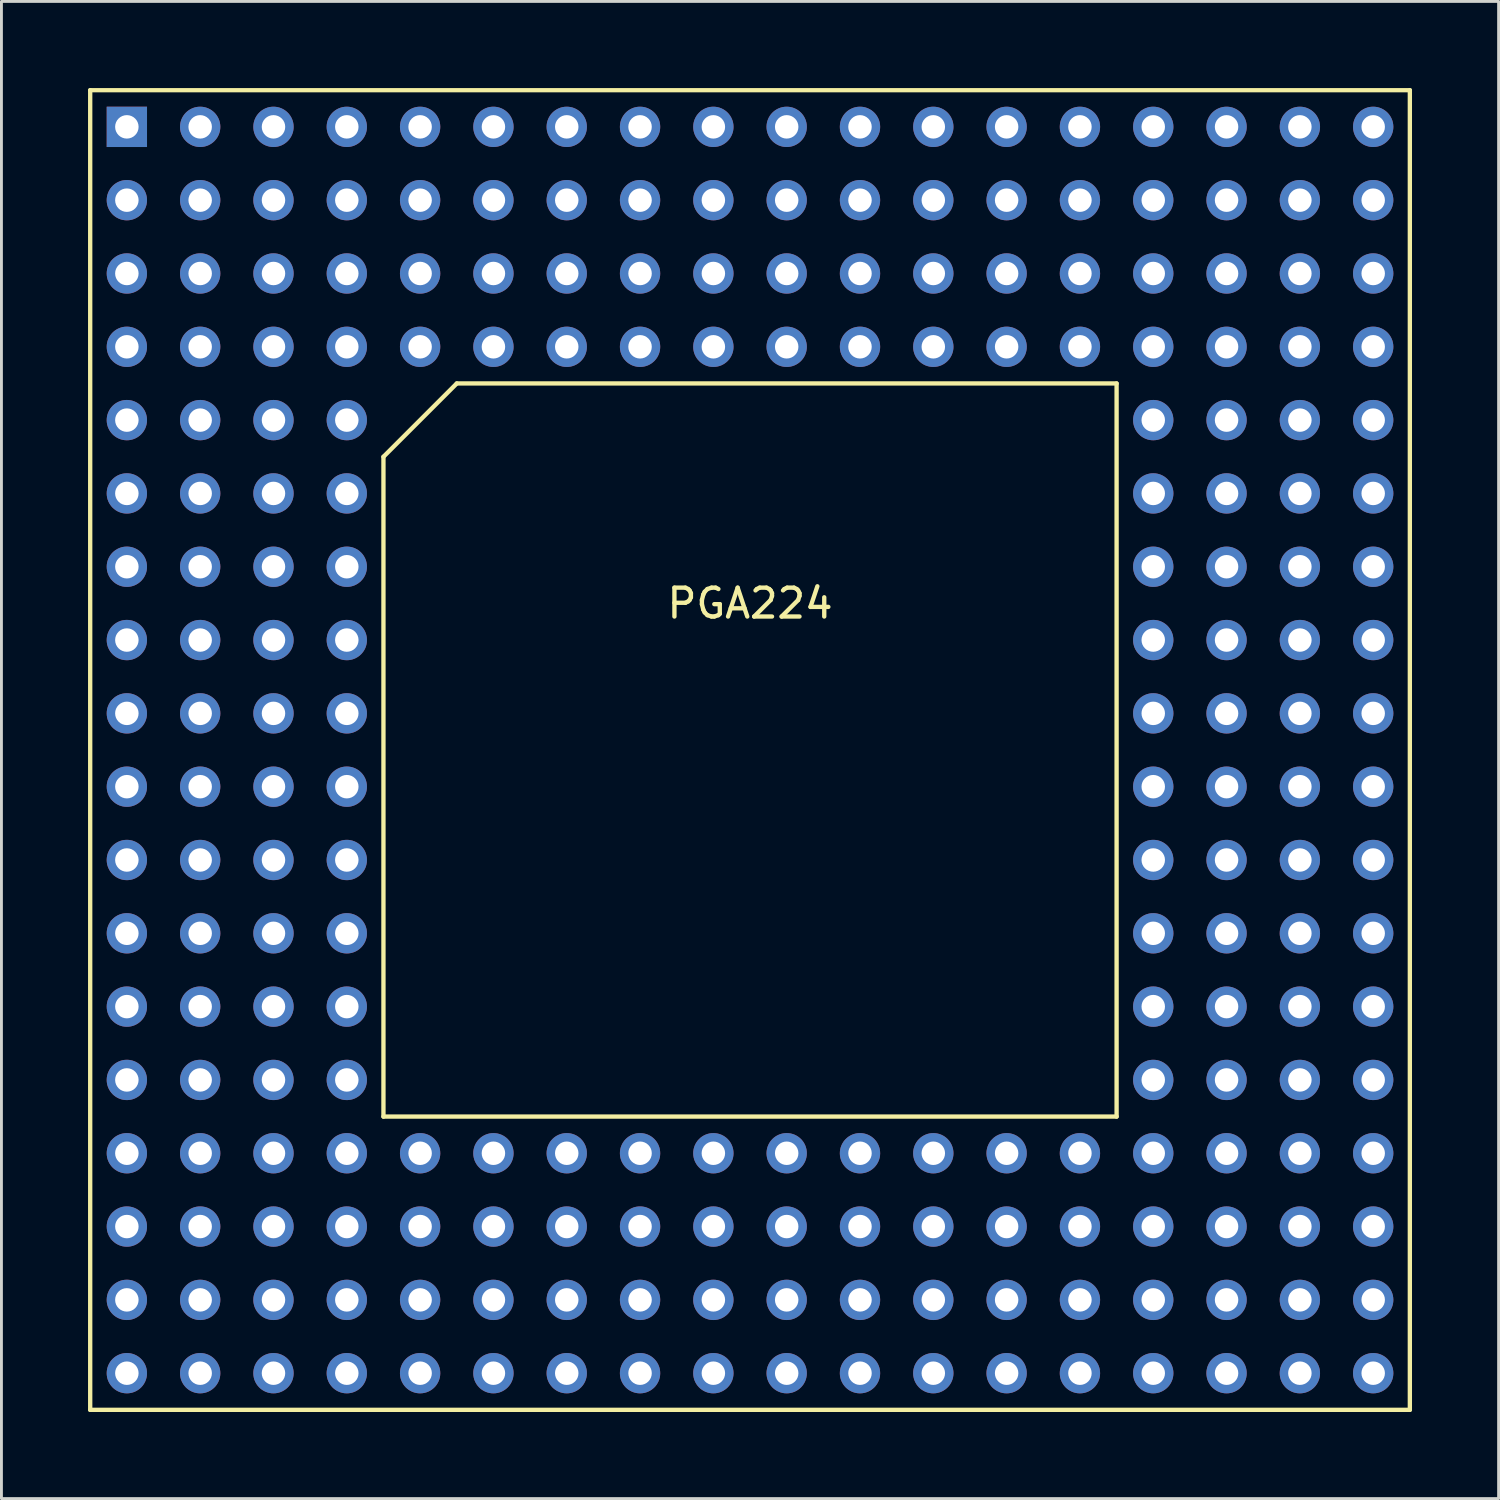
<source format=kicad_pcb>
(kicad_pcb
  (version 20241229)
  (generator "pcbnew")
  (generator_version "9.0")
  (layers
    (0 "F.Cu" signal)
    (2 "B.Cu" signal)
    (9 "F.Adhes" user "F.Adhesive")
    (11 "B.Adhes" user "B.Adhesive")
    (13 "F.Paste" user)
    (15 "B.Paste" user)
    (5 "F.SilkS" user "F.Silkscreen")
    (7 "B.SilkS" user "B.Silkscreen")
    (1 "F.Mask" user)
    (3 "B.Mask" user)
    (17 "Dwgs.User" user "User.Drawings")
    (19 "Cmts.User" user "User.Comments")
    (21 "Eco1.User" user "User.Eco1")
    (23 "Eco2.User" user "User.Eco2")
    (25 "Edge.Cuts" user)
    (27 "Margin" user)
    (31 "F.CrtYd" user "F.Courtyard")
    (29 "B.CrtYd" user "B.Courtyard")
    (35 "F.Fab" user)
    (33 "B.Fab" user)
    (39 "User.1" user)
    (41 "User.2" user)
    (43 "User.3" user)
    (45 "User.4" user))
  (footprint "PGA224"
    (layer "F.Cu")
    (at 22.935 22.935)
    (property "Reference" "PGA224" (at 0 -5.08 0) (layer "F.SilkS") (effects (font (size 1 1) (thickness 0.15))))
    (attr through_hole)
    (fp_line (start -22.86 -22.86) (end 22.86 -22.86) (stroke (width 0.15) (type solid)) (layer "F.SilkS"))
    (fp_line (start -22.86 22.86) (end -22.86 -22.86) (stroke (width 0.15) (type solid)) (layer "F.SilkS"))
    (fp_line (start -12.7 -10.16) (end -10.16 -12.7) (stroke (width 0.15) (type solid)) (layer "F.SilkS"))
    (fp_line (start -12.7 12.7) (end -12.7 -10.16) (stroke (width 0.15) (type solid)) (layer "F.SilkS"))
    (fp_line (start -10.16 -12.7) (end 12.7 -12.7) (stroke (width 0.15) (type solid)) (layer "F.SilkS"))
    (fp_line (start 12.7 -12.7) (end 12.7 12.7) (stroke (width 0.15) (type solid)) (layer "F.SilkS"))
    (fp_line (start 12.7 12.7) (end -12.7 12.7) (stroke (width 0.15) (type solid)) (layer "F.SilkS"))
    (fp_line (start 22.86 -22.86) (end 22.86 22.86) (stroke (width 0.15) (type solid)) (layer "F.SilkS"))
    (fp_line (start 22.86 22.86) (end -22.86 22.86) (stroke (width 0.15) (type solid)) (layer "F.SilkS"))
    (pad "A1" thru_hole rect (at -21.59 -21.59) (size 1.397 1.397) (drill 0.813) (layers "*.Cu" "*.Mask"))
    (pad "A2" thru_hole circle (at -19.05 -21.59) (size 1.397 1.397) (drill 0.813) (layers "*.Cu" "*.Mask"))
    (pad "A3" thru_hole circle (at -16.51 -21.59) (size 1.397 1.397) (drill 0.813) (layers "*.Cu" "*.Mask"))
    (pad "A4" thru_hole circle (at -13.97 -21.59) (size 1.397 1.397) (drill 0.813) (layers "*.Cu" "*.Mask"))
    (pad "A5" thru_hole circle (at -11.43 -21.59) (size 1.397 1.397) (drill 0.813) (layers "*.Cu" "*.Mask"))
    (pad "A6" thru_hole circle (at -8.89 -21.59) (size 1.397 1.397) (drill 0.813) (layers "*.Cu" "*.Mask"))
    (pad "A7" thru_hole circle (at -6.35 -21.59) (size 1.397 1.397) (drill 0.813) (layers "*.Cu" "*.Mask"))
    (pad "A8" thru_hole circle (at -3.81 -21.59) (size 1.397 1.397) (drill 0.813) (layers "*.Cu" "*.Mask"))
    (pad "A9" thru_hole circle (at -1.27 -21.59) (size 1.397 1.397) (drill 0.813) (layers "*.Cu" "*.Mask"))
    (pad "A10" thru_hole circle (at 1.27 -21.59) (size 1.397 1.397) (drill 0.813) (layers "*.Cu" "*.Mask"))
    (pad "A11" thru_hole circle (at 3.81 -21.59) (size 1.397 1.397) (drill 0.813) (layers "*.Cu" "*.Mask"))
    (pad "A12" thru_hole circle (at 6.35 -21.59) (size 1.397 1.397) (drill 0.813) (layers "*.Cu" "*.Mask"))
    (pad "A13" thru_hole circle (at 8.89 -21.59) (size 1.397 1.397) (drill 0.813) (layers "*.Cu" "*.Mask"))
    (pad "A14" thru_hole circle (at 11.43 -21.59) (size 1.397 1.397) (drill 0.813) (layers "*.Cu" "*.Mask"))
    (pad "A15" thru_hole circle (at 13.97 -21.59) (size 1.397 1.397) (drill 0.813) (layers "*.Cu" "*.Mask"))
    (pad "A16" thru_hole circle (at 16.51 -21.59) (size 1.397 1.397) (drill 0.813) (layers "*.Cu" "*.Mask"))
    (pad "A17" thru_hole circle (at 19.05 -21.59) (size 1.397 1.397) (drill 0.813) (layers "*.Cu" "*.Mask"))
    (pad "A18" thru_hole circle (at 21.59 -21.59) (size 1.397 1.397) (drill 0.813) (layers "*.Cu" "*.Mask"))
    (pad "B1" thru_hole circle (at -21.59 -19.05) (size 1.397 1.397) (drill 0.813) (layers "*.Cu" "*.Mask"))
    (pad "B2" thru_hole circle (at -19.05 -19.05) (size 1.397 1.397) (drill 0.813) (layers "*.Cu" "*.Mask"))
    (pad "B3" thru_hole circle (at -16.51 -19.05) (size 1.397 1.397) (drill 0.813) (layers "*.Cu" "*.Mask"))
    (pad "B4" thru_hole circle (at -13.97 -19.05) (size 1.397 1.397) (drill 0.813) (layers "*.Cu" "*.Mask"))
    (pad "B5" thru_hole circle (at -11.43 -19.05) (size 1.397 1.397) (drill 0.813) (layers "*.Cu" "*.Mask"))
    (pad "B6" thru_hole circle (at -8.89 -19.05) (size 1.397 1.397) (drill 0.813) (layers "*.Cu" "*.Mask"))
    (pad "B7" thru_hole circle (at -6.35 -19.05) (size 1.397 1.397) (drill 0.813) (layers "*.Cu" "*.Mask"))
    (pad "B8" thru_hole circle (at -3.81 -19.05) (size 1.397 1.397) (drill 0.813) (layers "*.Cu" "*.Mask"))
    (pad "B9" thru_hole circle (at -1.27 -19.05) (size 1.397 1.397) (drill 0.813) (layers "*.Cu" "*.Mask"))
    (pad "B10" thru_hole circle (at 1.27 -19.05) (size 1.397 1.397) (drill 0.813) (layers "*.Cu" "*.Mask"))
    (pad "B11" thru_hole circle (at 3.81 -19.05) (size 1.397 1.397) (drill 0.813) (layers "*.Cu" "*.Mask"))
    (pad "B12" thru_hole circle (at 6.35 -19.05) (size 1.397 1.397) (drill 0.813) (layers "*.Cu" "*.Mask"))
    (pad "B13" thru_hole circle (at 8.89 -19.05) (size 1.397 1.397) (drill 0.813) (layers "*.Cu" "*.Mask"))
    (pad "B14" thru_hole circle (at 11.43 -19.05) (size 1.397 1.397) (drill 0.813) (layers "*.Cu" "*.Mask"))
    (pad "B15" thru_hole circle (at 13.97 -19.05) (size 1.397 1.397) (drill 0.813) (layers "*.Cu" "*.Mask"))
    (pad "B16" thru_hole circle (at 16.51 -19.05) (size 1.397 1.397) (drill 0.813) (layers "*.Cu" "*.Mask"))
    (pad "B17" thru_hole circle (at 19.05 -19.05) (size 1.397 1.397) (drill 0.813) (layers "*.Cu" "*.Mask"))
    (pad "B18" thru_hole circle (at 21.59 -19.05) (size 1.397 1.397) (drill 0.813) (layers "*.Cu" "*.Mask"))
    (pad "C1" thru_hole circle (at -21.59 -16.51) (size 1.397 1.397) (drill 0.813) (layers "*.Cu" "*.Mask"))
    (pad "C2" thru_hole circle (at -19.05 -16.51) (size 1.397 1.397) (drill 0.813) (layers "*.Cu" "*.Mask"))
    (pad "C3" thru_hole circle (at -16.51 -16.51) (size 1.397 1.397) (drill 0.813) (layers "*.Cu" "*.Mask"))
    (pad "C4" thru_hole circle (at -13.97 -16.51) (size 1.397 1.397) (drill 0.813) (layers "*.Cu" "*.Mask"))
    (pad "C5" thru_hole circle (at -11.43 -16.51) (size 1.397 1.397) (drill 0.813) (layers "*.Cu" "*.Mask"))
    (pad "C6" thru_hole circle (at -8.89 -16.51) (size 1.397 1.397) (drill 0.813) (layers "*.Cu" "*.Mask"))
    (pad "C7" thru_hole circle (at -6.35 -16.51) (size 1.397 1.397) (drill 0.813) (layers "*.Cu" "*.Mask"))
    (pad "C8" thru_hole circle (at -3.81 -16.51) (size 1.397 1.397) (drill 0.813) (layers "*.Cu" "*.Mask"))
    (pad "C9" thru_hole circle (at -1.27 -16.51) (size 1.397 1.397) (drill 0.813) (layers "*.Cu" "*.Mask"))
    (pad "C10" thru_hole circle (at 1.27 -16.51) (size 1.397 1.397) (drill 0.813) (layers "*.Cu" "*.Mask"))
    (pad "C11" thru_hole circle (at 3.81 -16.51) (size 1.397 1.397) (drill 0.813) (layers "*.Cu" "*.Mask"))
    (pad "C12" thru_hole circle (at 6.35 -16.51) (size 1.397 1.397) (drill 0.813) (layers "*.Cu" "*.Mask"))
    (pad "C13" thru_hole circle (at 8.89 -16.51) (size 1.397 1.397) (drill 0.813) (layers "*.Cu" "*.Mask"))
    (pad "C14" thru_hole circle (at 11.43 -16.51) (size 1.397 1.397) (drill 0.813) (layers "*.Cu" "*.Mask"))
    (pad "C15" thru_hole circle (at 13.97 -16.51) (size 1.397 1.397) (drill 0.813) (layers "*.Cu" "*.Mask"))
    (pad "C16" thru_hole circle (at 16.51 -16.51) (size 1.397 1.397) (drill 0.813) (layers "*.Cu" "*.Mask"))
    (pad "C17" thru_hole circle (at 19.05 -16.51) (size 1.397 1.397) (drill 0.813) (layers "*.Cu" "*.Mask"))
    (pad "C18" thru_hole circle (at 21.59 -16.51) (size 1.397 1.397) (drill 0.813) (layers "*.Cu" "*.Mask"))
    (pad "D1" thru_hole circle (at -21.59 -13.97) (size 1.397 1.397) (drill 0.813) (layers "*.Cu" "*.Mask"))
    (pad "D2" thru_hole circle (at -19.05 -13.97) (size 1.397 1.397) (drill 0.813) (layers "*.Cu" "*.Mask"))
    (pad "D3" thru_hole circle (at -16.51 -13.97) (size 1.397 1.397) (drill 0.813) (layers "*.Cu" "*.Mask"))
    (pad "D4" thru_hole circle (at -13.97 -13.97) (size 1.397 1.397) (drill 0.813) (layers "*.Cu" "*.Mask"))
    (pad "D5" thru_hole circle (at -11.43 -13.97) (size 1.397 1.397) (drill 0.813) (layers "*.Cu" "*.Mask"))
    (pad "D6" thru_hole circle (at -8.89 -13.97) (size 1.397 1.397) (drill 0.813) (layers "*.Cu" "*.Mask"))
    (pad "D7" thru_hole circle (at -6.35 -13.97) (size 1.397 1.397) (drill 0.813) (layers "*.Cu" "*.Mask"))
    (pad "D8" thru_hole circle (at -3.81 -13.97) (size 1.397 1.397) (drill 0.813) (layers "*.Cu" "*.Mask"))
    (pad "D9" thru_hole circle (at -1.27 -13.97) (size 1.397 1.397) (drill 0.813) (layers "*.Cu" "*.Mask"))
    (pad "D10" thru_hole circle (at 1.27 -13.97) (size 1.397 1.397) (drill 0.813) (layers "*.Cu" "*.Mask"))
    (pad "D11" thru_hole circle (at 3.81 -13.97) (size 1.397 1.397) (drill 0.813) (layers "*.Cu" "*.Mask"))
    (pad "D12" thru_hole circle (at 6.35 -13.97) (size 1.397 1.397) (drill 0.813) (layers "*.Cu" "*.Mask"))
    (pad "D13" thru_hole circle (at 8.89 -13.97) (size 1.397 1.397) (drill 0.813) (layers "*.Cu" "*.Mask"))
    (pad "D14" thru_hole circle (at 11.43 -13.97) (size 1.397 1.397) (drill 0.813) (layers "*.Cu" "*.Mask"))
    (pad "D15" thru_hole circle (at 13.97 -13.97) (size 1.397 1.397) (drill 0.813) (layers "*.Cu" "*.Mask"))
    (pad "D16" thru_hole circle (at 16.51 -13.97) (size 1.397 1.397) (drill 0.813) (layers "*.Cu" "*.Mask"))
    (pad "D17" thru_hole circle (at 19.05 -13.97) (size 1.397 1.397) (drill 0.813) (layers "*.Cu" "*.Mask"))
    (pad "D18" thru_hole circle (at 21.59 -13.97) (size 1.397 1.397) (drill 0.813) (layers "*.Cu" "*.Mask"))
    (pad "E1" thru_hole circle (at -21.59 -11.43) (size 1.397 1.397) (drill 0.813) (layers "*.Cu" "*.Mask"))
    (pad "E2" thru_hole circle (at -19.05 -11.43) (size 1.397 1.397) (drill 0.813) (layers "*.Cu" "*.Mask"))
    (pad "E3" thru_hole circle (at -16.51 -11.43) (size 1.397 1.397) (drill 0.813) (layers "*.Cu" "*.Mask"))
    (pad "E4" thru_hole circle (at -13.97 -11.43) (size 1.397 1.397) (drill 0.813) (layers "*.Cu" "*.Mask"))
    (pad "E15" thru_hole circle (at 13.97 -11.43) (size 1.397 1.397) (drill 0.813) (layers "*.Cu" "*.Mask"))
    (pad "E16" thru_hole circle (at 16.51 -11.43) (size 1.397 1.397) (drill 0.813) (layers "*.Cu" "*.Mask"))
    (pad "E17" thru_hole circle (at 19.05 -11.43) (size 1.397 1.397) (drill 0.813) (layers "*.Cu" "*.Mask"))
    (pad "E18" thru_hole circle (at 21.59 -11.43) (size 1.397 1.397) (drill 0.813) (layers "*.Cu" "*.Mask"))
    (pad "F1" thru_hole circle (at -21.59 -8.89) (size 1.397 1.397) (drill 0.813) (layers "*.Cu" "*.Mask"))
    (pad "F2" thru_hole circle (at -19.05 -8.89) (size 1.397 1.397) (drill 0.813) (layers "*.Cu" "*.Mask"))
    (pad "F3" thru_hole circle (at -16.51 -8.89) (size 1.397 1.397) (drill 0.813) (layers "*.Cu" "*.Mask"))
    (pad "F4" thru_hole circle (at -13.97 -8.89) (size 1.397 1.397) (drill 0.813) (layers "*.Cu" "*.Mask"))
    (pad "F15" thru_hole circle (at 13.97 -8.89) (size 1.397 1.397) (drill 0.813) (layers "*.Cu" "*.Mask"))
    (pad "F16" thru_hole circle (at 16.51 -8.89) (size 1.397 1.397) (drill 0.813) (layers "*.Cu" "*.Mask"))
    (pad "F17" thru_hole circle (at 19.05 -8.89) (size 1.397 1.397) (drill 0.813) (layers "*.Cu" "*.Mask"))
    (pad "F18" thru_hole circle (at 21.59 -8.89) (size 1.397 1.397) (drill 0.813) (layers "*.Cu" "*.Mask"))
    (pad "G1" thru_hole circle (at -21.59 -6.35) (size 1.397 1.397) (drill 0.813) (layers "*.Cu" "*.Mask"))
    (pad "G2" thru_hole circle (at -19.05 -6.35) (size 1.397 1.397) (drill 0.813) (layers "*.Cu" "*.Mask"))
    (pad "G3" thru_hole circle (at -16.51 -6.35) (size 1.397 1.397) (drill 0.813) (layers "*.Cu" "*.Mask"))
    (pad "G4" thru_hole circle (at -13.97 -6.35) (size 1.397 1.397) (drill 0.813) (layers "*.Cu" "*.Mask"))
    (pad "G15" thru_hole circle (at 13.97 -6.35) (size 1.397 1.397) (drill 0.813) (layers "*.Cu" "*.Mask"))
    (pad "G16" thru_hole circle (at 16.51 -6.35) (size 1.397 1.397) (drill 0.813) (layers "*.Cu" "*.Mask"))
    (pad "G17" thru_hole circle (at 19.05 -6.35) (size 1.397 1.397) (drill 0.813) (layers "*.Cu" "*.Mask"))
    (pad "G18" thru_hole circle (at 21.59 -6.35) (size 1.397 1.397) (drill 0.813) (layers "*.Cu" "*.Mask"))
    (pad "H1" thru_hole circle (at -21.59 -3.81) (size 1.397 1.397) (drill 0.813) (layers "*.Cu" "*.Mask"))
    (pad "H2" thru_hole circle (at -19.05 -3.81) (size 1.397 1.397) (drill 0.813) (layers "*.Cu" "*.Mask"))
    (pad "H3" thru_hole circle (at -16.51 -3.81) (size 1.397 1.397) (drill 0.813) (layers "*.Cu" "*.Mask"))
    (pad "H4" thru_hole circle (at -13.97 -3.81) (size 1.397 1.397) (drill 0.813) (layers "*.Cu" "*.Mask"))
    (pad "H15" thru_hole circle (at 13.97 -3.81) (size 1.397 1.397) (drill 0.813) (layers "*.Cu" "*.Mask"))
    (pad "H16" thru_hole circle (at 16.51 -3.81) (size 1.397 1.397) (drill 0.813) (layers "*.Cu" "*.Mask"))
    (pad "H17" thru_hole circle (at 19.05 -3.81) (size 1.397 1.397) (drill 0.813) (layers "*.Cu" "*.Mask"))
    (pad "H18" thru_hole circle (at 21.59 -3.81) (size 1.397 1.397) (drill 0.813) (layers "*.Cu" "*.Mask"))
    (pad "J1" thru_hole circle (at -21.59 -1.27) (size 1.397 1.397) (drill 0.813) (layers "*.Cu" "*.Mask"))
    (pad "J2" thru_hole circle (at -19.05 -1.27) (size 1.397 1.397) (drill 0.813) (layers "*.Cu" "*.Mask"))
    (pad "J3" thru_hole circle (at -16.51 -1.27) (size 1.397 1.397) (drill 0.813) (layers "*.Cu" "*.Mask"))
    (pad "J4" thru_hole circle (at -13.97 -1.27) (size 1.397 1.397) (drill 0.813) (layers "*.Cu" "*.Mask"))
    (pad "J15" thru_hole circle (at 13.97 -1.27) (size 1.397 1.397) (drill 0.813) (layers "*.Cu" "*.Mask"))
    (pad "J16" thru_hole circle (at 16.51 -1.27) (size 1.397 1.397) (drill 0.813) (layers "*.Cu" "*.Mask"))
    (pad "J17" thru_hole circle (at 19.05 -1.27) (size 1.397 1.397) (drill 0.813) (layers "*.Cu" "*.Mask"))
    (pad "J18" thru_hole circle (at 21.59 -1.27) (size 1.397 1.397) (drill 0.813) (layers "*.Cu" "*.Mask"))
    (pad "K1" thru_hole circle (at -21.59 1.27) (size 1.397 1.397) (drill 0.813) (layers "*.Cu" "*.Mask"))
    (pad "K2" thru_hole circle (at -19.05 1.27) (size 1.397 1.397) (drill 0.813) (layers "*.Cu" "*.Mask"))
    (pad "K3" thru_hole circle (at -16.51 1.27) (size 1.397 1.397) (drill 0.813) (layers "*.Cu" "*.Mask"))
    (pad "K4" thru_hole circle (at -13.97 1.27) (size 1.397 1.397) (drill 0.813) (layers "*.Cu" "*.Mask"))
    (pad "K15" thru_hole circle (at 13.97 1.27) (size 1.397 1.397) (drill 0.813) (layers "*.Cu" "*.Mask"))
    (pad "K16" thru_hole circle (at 16.51 1.27) (size 1.397 1.397) (drill 0.813) (layers "*.Cu" "*.Mask"))
    (pad "K17" thru_hole circle (at 19.05 1.27) (size 1.397 1.397) (drill 0.813) (layers "*.Cu" "*.Mask"))
    (pad "K18" thru_hole circle (at 21.59 1.27) (size 1.397 1.397) (drill 0.813) (layers "*.Cu" "*.Mask"))
    (pad "L1" thru_hole circle (at -21.59 3.81) (size 1.397 1.397) (drill 0.813) (layers "*.Cu" "*.Mask"))
    (pad "L2" thru_hole circle (at -19.05 3.81) (size 1.397 1.397) (drill 0.813) (layers "*.Cu" "*.Mask"))
    (pad "L3" thru_hole circle (at -16.51 3.81) (size 1.397 1.397) (drill 0.813) (layers "*.Cu" "*.Mask"))
    (pad "L4" thru_hole circle (at -13.97 3.81) (size 1.397 1.397) (drill 0.813) (layers "*.Cu" "*.Mask"))
    (pad "L15" thru_hole circle (at 13.97 3.81) (size 1.397 1.397) (drill 0.813) (layers "*.Cu" "*.Mask"))
    (pad "L16" thru_hole circle (at 16.51 3.81) (size 1.397 1.397) (drill 0.813) (layers "*.Cu" "*.Mask"))
    (pad "L17" thru_hole circle (at 19.05 3.81) (size 1.397 1.397) (drill 0.813) (layers "*.Cu" "*.Mask"))
    (pad "L18" thru_hole circle (at 21.59 3.81) (size 1.397 1.397) (drill 0.813) (layers "*.Cu" "*.Mask"))
    (pad "M1" thru_hole circle (at -21.59 6.35) (size 1.397 1.397) (drill 0.813) (layers "*.Cu" "*.Mask"))
    (pad "M2" thru_hole circle (at -19.05 6.35) (size 1.397 1.397) (drill 0.813) (layers "*.Cu" "*.Mask"))
    (pad "M3" thru_hole circle (at -16.51 6.35) (size 1.397 1.397) (drill 0.813) (layers "*.Cu" "*.Mask"))
    (pad "M4" thru_hole circle (at -13.97 6.35) (size 1.397 1.397) (drill 0.813) (layers "*.Cu" "*.Mask"))
    (pad "M15" thru_hole circle (at 13.97 6.35) (size 1.397 1.397) (drill 0.813) (layers "*.Cu" "*.Mask"))
    (pad "M16" thru_hole circle (at 16.51 6.35) (size 1.397 1.397) (drill 0.813) (layers "*.Cu" "*.Mask"))
    (pad "M17" thru_hole circle (at 19.05 6.35) (size 1.397 1.397) (drill 0.813) (layers "*.Cu" "*.Mask"))
    (pad "M18" thru_hole circle (at 21.59 6.35) (size 1.397 1.397) (drill 0.813) (layers "*.Cu" "*.Mask"))
    (pad "N1" thru_hole circle (at -21.59 8.89) (size 1.397 1.397) (drill 0.813) (layers "*.Cu" "*.Mask"))
    (pad "N2" thru_hole circle (at -19.05 8.89) (size 1.397 1.397) (drill 0.813) (layers "*.Cu" "*.Mask"))
    (pad "N3" thru_hole circle (at -16.51 8.89) (size 1.397 1.397) (drill 0.813) (layers "*.Cu" "*.Mask"))
    (pad "N4" thru_hole circle (at -13.97 8.89) (size 1.397 1.397) (drill 0.813) (layers "*.Cu" "*.Mask"))
    (pad "N15" thru_hole circle (at 13.97 8.89) (size 1.397 1.397) (drill 0.813) (layers "*.Cu" "*.Mask"))
    (pad "N16" thru_hole circle (at 16.51 8.89) (size 1.397 1.397) (drill 0.813) (layers "*.Cu" "*.Mask"))
    (pad "N17" thru_hole circle (at 19.05 8.89) (size 1.397 1.397) (drill 0.813) (layers "*.Cu" "*.Mask"))
    (pad "N18" thru_hole circle (at 21.59 8.89) (size 1.397 1.397) (drill 0.813) (layers "*.Cu" "*.Mask"))
    (pad "P1" thru_hole circle (at -21.59 11.43) (size 1.397 1.397) (drill 0.813) (layers "*.Cu" "*.Mask"))
    (pad "P2" thru_hole circle (at -19.05 11.43) (size 1.397 1.397) (drill 0.813) (layers "*.Cu" "*.Mask"))
    (pad "P3" thru_hole circle (at -16.51 11.43) (size 1.397 1.397) (drill 0.813) (layers "*.Cu" "*.Mask"))
    (pad "P4" thru_hole circle (at -13.97 11.43) (size 1.397 1.397) (drill 0.813) (layers "*.Cu" "*.Mask"))
    (pad "P15" thru_hole circle (at 13.97 11.43) (size 1.397 1.397) (drill 0.813) (layers "*.Cu" "*.Mask"))
    (pad "P16" thru_hole circle (at 16.51 11.43) (size 1.397 1.397) (drill 0.813) (layers "*.Cu" "*.Mask"))
    (pad "P17" thru_hole circle (at 19.05 11.43) (size 1.397 1.397) (drill 0.813) (layers "*.Cu" "*.Mask"))
    (pad "P18" thru_hole circle (at 21.59 11.43) (size 1.397 1.397) (drill 0.813) (layers "*.Cu" "*.Mask"))
    (pad "R1" thru_hole circle (at -21.59 13.97) (size 1.397 1.397) (drill 0.813) (layers "*.Cu" "*.Mask"))
    (pad "R2" thru_hole circle (at -19.05 13.97) (size 1.397 1.397) (drill 0.813) (layers "*.Cu" "*.Mask"))
    (pad "R3" thru_hole circle (at -16.51 13.97) (size 1.397 1.397) (drill 0.813) (layers "*.Cu" "*.Mask"))
    (pad "R4" thru_hole circle (at -13.97 13.97) (size 1.397 1.397) (drill 0.813) (layers "*.Cu" "*.Mask"))
    (pad "R5" thru_hole circle (at -11.43 13.97) (size 1.397 1.397) (drill 0.813) (layers "*.Cu" "*.Mask"))
    (pad "R6" thru_hole circle (at -8.89 13.97) (size 1.397 1.397) (drill 0.813) (layers "*.Cu" "*.Mask"))
    (pad "R7" thru_hole circle (at -6.35 13.97) (size 1.397 1.397) (drill 0.813) (layers "*.Cu" "*.Mask"))
    (pad "R8" thru_hole circle (at -3.81 13.97) (size 1.397 1.397) (drill 0.813) (layers "*.Cu" "*.Mask"))
    (pad "R9" thru_hole circle (at -1.27 13.97) (size 1.397 1.397) (drill 0.813) (layers "*.Cu" "*.Mask"))
    (pad "R10" thru_hole circle (at 1.27 13.97) (size 1.397 1.397) (drill 0.813) (layers "*.Cu" "*.Mask"))
    (pad "R11" thru_hole circle (at 3.81 13.97) (size 1.397 1.397) (drill 0.813) (layers "*.Cu" "*.Mask"))
    (pad "R12" thru_hole circle (at 6.35 13.97) (size 1.397 1.397) (drill 0.813) (layers "*.Cu" "*.Mask"))
    (pad "R13" thru_hole circle (at 8.89 13.97) (size 1.397 1.397) (drill 0.813) (layers "*.Cu" "*.Mask"))
    (pad "R14" thru_hole circle (at 11.43 13.97) (size 1.397 1.397) (drill 0.813) (layers "*.Cu" "*.Mask"))
    (pad "R15" thru_hole circle (at 13.97 13.97) (size 1.397 1.397) (drill 0.813) (layers "*.Cu" "*.Mask"))
    (pad "R16" thru_hole circle (at 16.51 13.97) (size 1.397 1.397) (drill 0.813) (layers "*.Cu" "*.Mask"))
    (pad "R17" thru_hole circle (at 19.05 13.97) (size 1.397 1.397) (drill 0.813) (layers "*.Cu" "*.Mask"))
    (pad "R18" thru_hole circle (at 21.59 13.97) (size 1.397 1.397) (drill 0.813) (layers "*.Cu" "*.Mask"))
    (pad "T1" thru_hole circle (at -21.59 16.51) (size 1.397 1.397) (drill 0.813) (layers "*.Cu" "*.Mask"))
    (pad "T2" thru_hole circle (at -19.05 16.51) (size 1.397 1.397) (drill 0.813) (layers "*.Cu" "*.Mask"))
    (pad "T3" thru_hole circle (at -16.51 16.51) (size 1.397 1.397) (drill 0.813) (layers "*.Cu" "*.Mask"))
    (pad "T4" thru_hole circle (at -13.97 16.51) (size 1.397 1.397) (drill 0.813) (layers "*.Cu" "*.Mask"))
    (pad "T5" thru_hole circle (at -11.43 16.51) (size 1.397 1.397) (drill 0.813) (layers "*.Cu" "*.Mask"))
    (pad "T6" thru_hole circle (at -8.89 16.51) (size 1.397 1.397) (drill 0.813) (layers "*.Cu" "*.Mask"))
    (pad "T7" thru_hole circle (at -6.35 16.51) (size 1.397 1.397) (drill 0.813) (layers "*.Cu" "*.Mask"))
    (pad "T8" thru_hole circle (at -3.81 16.51) (size 1.397 1.397) (drill 0.813) (layers "*.Cu" "*.Mask"))
    (pad "T9" thru_hole circle (at -1.27 16.51) (size 1.397 1.397) (drill 0.813) (layers "*.Cu" "*.Mask"))
    (pad "T10" thru_hole circle (at 1.27 16.51) (size 1.397 1.397) (drill 0.813) (layers "*.Cu" "*.Mask"))
    (pad "T11" thru_hole circle (at 3.81 16.51) (size 1.397 1.397) (drill 0.813) (layers "*.Cu" "*.Mask"))
    (pad "T12" thru_hole circle (at 6.35 16.51) (size 1.397 1.397) (drill 0.813) (layers "*.Cu" "*.Mask"))
    (pad "T13" thru_hole circle (at 8.89 16.51) (size 1.397 1.397) (drill 0.813) (layers "*.Cu" "*.Mask"))
    (pad "T14" thru_hole circle (at 11.43 16.51) (size 1.397 1.397) (drill 0.813) (layers "*.Cu" "*.Mask"))
    (pad "T15" thru_hole circle (at 13.97 16.51) (size 1.397 1.397) (drill 0.813) (layers "*.Cu" "*.Mask"))
    (pad "T16" thru_hole circle (at 16.51 16.51) (size 1.397 1.397) (drill 0.813) (layers "*.Cu" "*.Mask"))
    (pad "T17" thru_hole circle (at 19.05 16.51) (size 1.397 1.397) (drill 0.813) (layers "*.Cu" "*.Mask"))
    (pad "T18" thru_hole circle (at 21.59 16.51) (size 1.397 1.397) (drill 0.813) (layers "*.Cu" "*.Mask"))
    (pad "U1" thru_hole circle (at -21.59 19.05) (size 1.397 1.397) (drill 0.813) (layers "*.Cu" "*.Mask"))
    (pad "U2" thru_hole circle (at -19.05 19.05) (size 1.397 1.397) (drill 0.813) (layers "*.Cu" "*.Mask"))
    (pad "U3" thru_hole circle (at -16.51 19.05) (size 1.397 1.397) (drill 0.813) (layers "*.Cu" "*.Mask"))
    (pad "U4" thru_hole circle (at -13.97 19.05) (size 1.397 1.397) (drill 0.813) (layers "*.Cu" "*.Mask"))
    (pad "U5" thru_hole circle (at -11.43 19.05) (size 1.397 1.397) (drill 0.813) (layers "*.Cu" "*.Mask"))
    (pad "U6" thru_hole circle (at -8.89 19.05) (size 1.397 1.397) (drill 0.813) (layers "*.Cu" "*.Mask"))
    (pad "U7" thru_hole circle (at -6.35 19.05) (size 1.397 1.397) (drill 0.813) (layers "*.Cu" "*.Mask"))
    (pad "U8" thru_hole circle (at -3.81 19.05) (size 1.397 1.397) (drill 0.813) (layers "*.Cu" "*.Mask"))
    (pad "U9" thru_hole circle (at -1.27 19.05) (size 1.397 1.397) (drill 0.813) (layers "*.Cu" "*.Mask"))
    (pad "U10" thru_hole circle (at 1.27 19.05) (size 1.397 1.397) (drill 0.813) (layers "*.Cu" "*.Mask"))
    (pad "U11" thru_hole circle (at 3.81 19.05) (size 1.397 1.397) (drill 0.813) (layers "*.Cu" "*.Mask"))
    (pad "U12" thru_hole circle (at 6.35 19.05) (size 1.397 1.397) (drill 0.813) (layers "*.Cu" "*.Mask"))
    (pad "U13" thru_hole circle (at 8.89 19.05) (size 1.397 1.397) (drill 0.813) (layers "*.Cu" "*.Mask"))
    (pad "U14" thru_hole circle (at 11.43 19.05) (size 1.397 1.397) (drill 0.813) (layers "*.Cu" "*.Mask"))
    (pad "U15" thru_hole circle (at 13.97 19.05) (size 1.397 1.397) (drill 0.813) (layers "*.Cu" "*.Mask"))
    (pad "U16" thru_hole circle (at 16.51 19.05) (size 1.397 1.397) (drill 0.813) (layers "*.Cu" "*.Mask"))
    (pad "U17" thru_hole circle (at 19.05 19.05) (size 1.397 1.397) (drill 0.813) (layers "*.Cu" "*.Mask"))
    (pad "U18" thru_hole circle (at 21.59 19.05) (size 1.397 1.397) (drill 0.813) (layers "*.Cu" "*.Mask"))
    (pad "V1" thru_hole circle (at -21.59 21.59) (size 1.397 1.397) (drill 0.813) (layers "*.Cu" "*.Mask"))
    (pad "V2" thru_hole circle (at -19.05 21.59) (size 1.397 1.397) (drill 0.813) (layers "*.Cu" "*.Mask"))
    (pad "V3" thru_hole circle (at -16.51 21.59) (size 1.397 1.397) (drill 0.813) (layers "*.Cu" "*.Mask"))
    (pad "V4" thru_hole circle (at -13.97 21.59) (size 1.397 1.397) (drill 0.813) (layers "*.Cu" "*.Mask"))
    (pad "V5" thru_hole circle (at -11.43 21.59) (size 1.397 1.397) (drill 0.813) (layers "*.Cu" "*.Mask"))
    (pad "V6" thru_hole circle (at -8.89 21.59) (size 1.397 1.397) (drill 0.813) (layers "*.Cu" "*.Mask"))
    (pad "V7" thru_hole circle (at -6.35 21.59) (size 1.397 1.397) (drill 0.813) (layers "*.Cu" "*.Mask"))
    (pad "V8" thru_hole circle (at -3.81 21.59) (size 1.397 1.397) (drill 0.813) (layers "*.Cu" "*.Mask"))
    (pad "V9" thru_hole circle (at -1.27 21.59) (size 1.397 1.397) (drill 0.813) (layers "*.Cu" "*.Mask"))
    (pad "V10" thru_hole circle (at 1.27 21.59) (size 1.397 1.397) (drill 0.813) (layers "*.Cu" "*.Mask"))
    (pad "V11" thru_hole circle (at 3.81 21.59) (size 1.397 1.397) (drill 0.813) (layers "*.Cu" "*.Mask"))
    (pad "V12" thru_hole circle (at 6.35 21.59) (size 1.397 1.397) (drill 0.813) (layers "*.Cu" "*.Mask"))
    (pad "V13" thru_hole circle (at 8.89 21.59) (size 1.397 1.397) (drill 0.813) (layers "*.Cu" "*.Mask"))
    (pad "V14" thru_hole circle (at 11.43 21.59) (size 1.397 1.397) (drill 0.813) (layers "*.Cu" "*.Mask"))
    (pad "V15" thru_hole circle (at 13.97 21.59) (size 1.397 1.397) (drill 0.813) (layers "*.Cu" "*.Mask"))
    (pad "V16" thru_hole circle (at 16.51 21.59) (size 1.397 1.397) (drill 0.813) (layers "*.Cu" "*.Mask"))
    (pad "V17" thru_hole circle (at 19.05 21.59) (size 1.397 1.397) (drill 0.813) (layers "*.Cu" "*.Mask"))
    (pad "V18" thru_hole circle (at 21.59 21.59) (size 1.397 1.397) (drill 0.813) (layers "*.Cu" "*.Mask")))
  (gr_rect
    (start -3 -3)
    (end 48.87 48.87)
    (stroke (width 0.1) (type default))
    (fill no)
    (layer "Edge.Cuts")))
</source>
